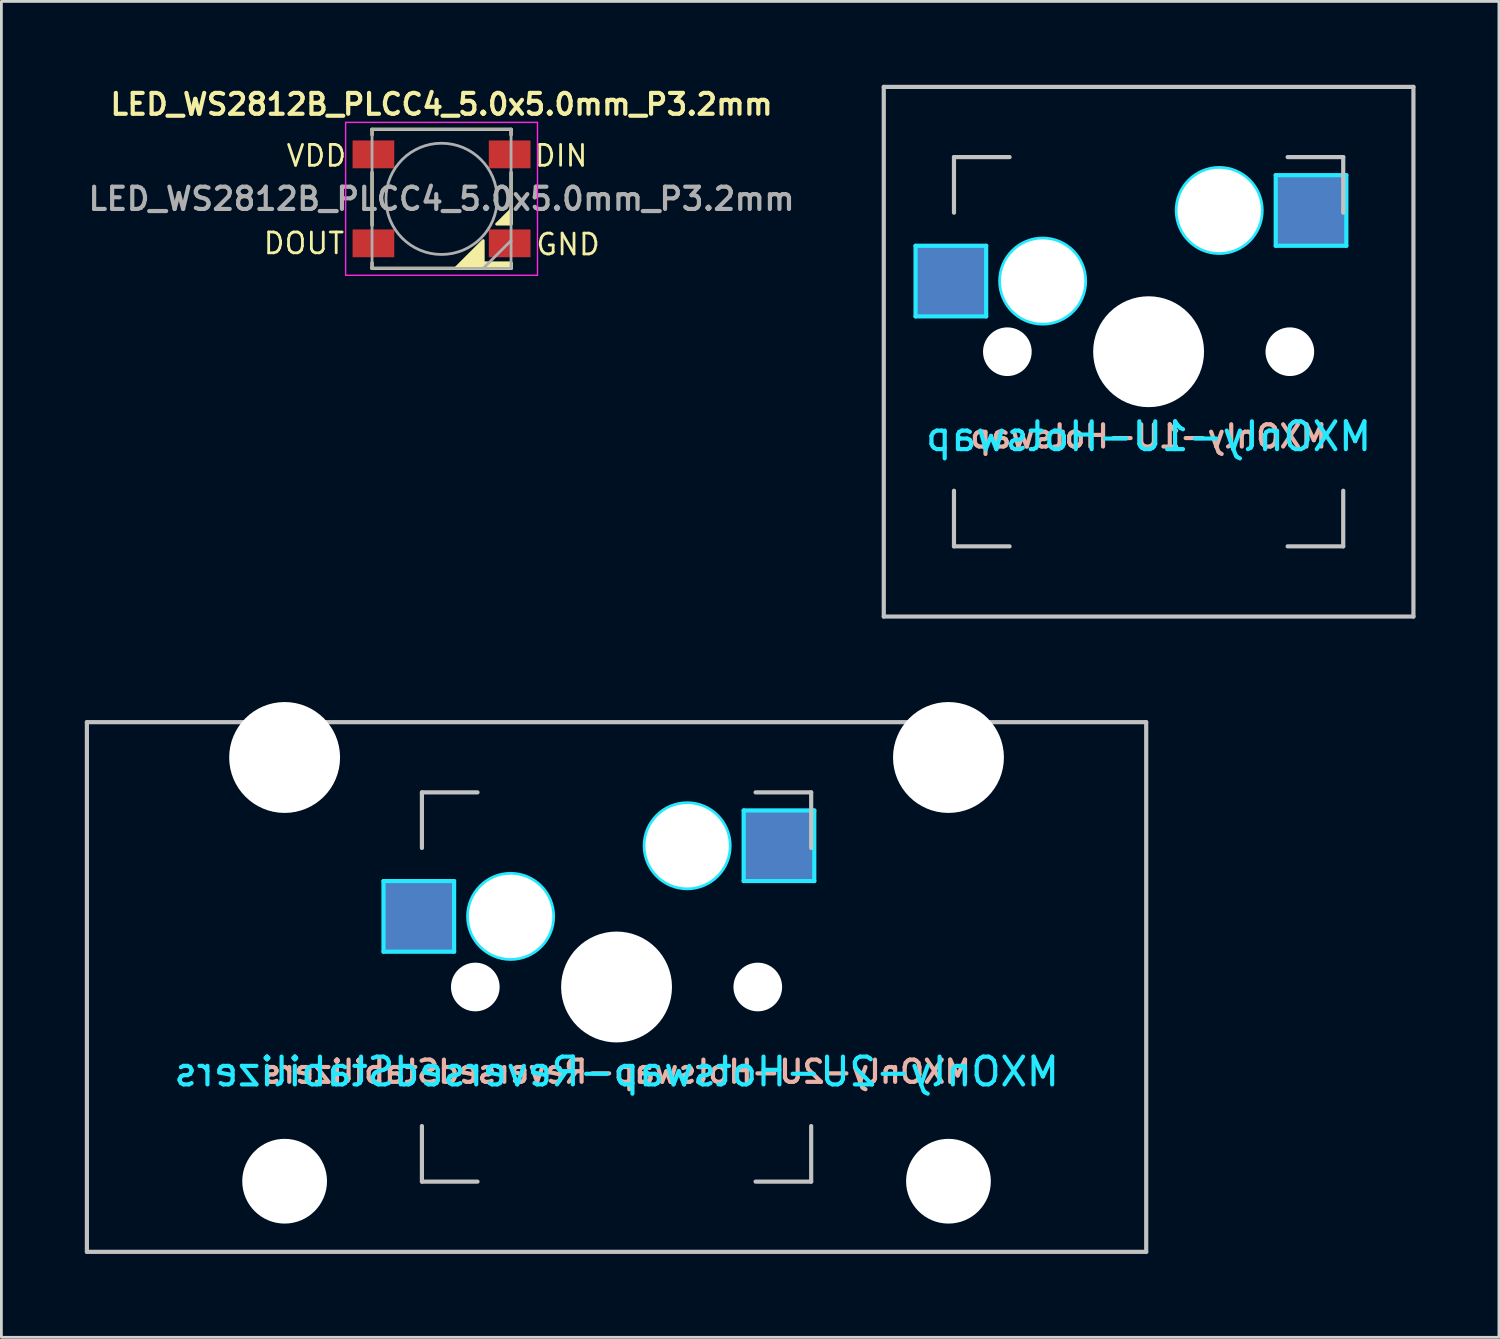
<source format=kicad_pcb>
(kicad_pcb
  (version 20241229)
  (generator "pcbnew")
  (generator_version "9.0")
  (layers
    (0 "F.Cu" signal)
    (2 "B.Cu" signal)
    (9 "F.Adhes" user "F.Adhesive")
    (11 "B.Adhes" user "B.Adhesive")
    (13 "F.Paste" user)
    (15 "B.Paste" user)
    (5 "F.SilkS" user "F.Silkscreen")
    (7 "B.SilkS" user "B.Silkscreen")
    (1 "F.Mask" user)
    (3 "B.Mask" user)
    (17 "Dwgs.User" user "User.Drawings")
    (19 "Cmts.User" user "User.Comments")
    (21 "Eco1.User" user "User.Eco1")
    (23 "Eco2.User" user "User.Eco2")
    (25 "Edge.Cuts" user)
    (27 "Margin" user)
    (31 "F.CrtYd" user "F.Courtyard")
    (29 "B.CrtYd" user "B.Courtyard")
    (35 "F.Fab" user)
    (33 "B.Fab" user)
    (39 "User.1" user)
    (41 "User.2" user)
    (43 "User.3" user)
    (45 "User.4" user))
  (footprint "MXOnly-2U-Hotswap-ReversedStabilizers"
    (layer "F.Cu")
    (at 19.125 32.449)
    (property "Reference" "MXOnly-2U-Hotswap-ReversedStabilizers" (at 0 3.048 0) (layer "B.CrtYd") (effects (font (size 1 1) (thickness 0.15)) (justify mirror)))
    (attr smd)
    (fp_line (start -19.05 -9.525) (end 19.05 -9.525) (stroke (width 0.15) (type solid)) (layer "Dwgs.User"))
    (fp_line (start -19.05 9.525) (end -19.05 -9.525) (stroke (width 0.15) (type solid)) (layer "Dwgs.User"))
    (fp_line (start -7 -7) (end -7 -5) (stroke (width 0.15) (type solid)) (layer "Dwgs.User"))
    (fp_line (start -7 5) (end -7 7) (stroke (width 0.15) (type solid)) (layer "Dwgs.User"))
    (fp_line (start -7 7) (end -5 7) (stroke (width 0.15) (type solid)) (layer "Dwgs.User"))
    (fp_line (start -5 -7) (end -7 -7) (stroke (width 0.15) (type solid)) (layer "Dwgs.User"))
    (fp_line (start 5 -7) (end 7 -7) (stroke (width 0.15) (type solid)) (layer "Dwgs.User"))
    (fp_line (start 5 7) (end 7 7) (stroke (width 0.15) (type solid)) (layer "Dwgs.User"))
    (fp_line (start 7 -7) (end 7 -5) (stroke (width 0.15) (type solid)) (layer "Dwgs.User"))
    (fp_line (start 7 7) (end 7 5) (stroke (width 0.15) (type solid)) (layer "Dwgs.User"))
    (fp_line (start 19.05 -9.525) (end 19.05 9.525) (stroke (width 0.15) (type solid)) (layer "Dwgs.User"))
    (fp_line (start 19.05 9.525) (end -19.05 9.525) (stroke (width 0.15) (type solid)) (layer "Dwgs.User"))
    (fp_line (start -8.382 -3.81) (end -5.842 -3.81) (stroke (width 0.15) (type solid)) (layer "B.CrtYd"))
    (fp_line (start -8.382 -1.27) (end -8.382 -3.81) (stroke (width 0.15) (type solid)) (layer "B.CrtYd"))
    (fp_line (start -5.842 -3.81) (end -5.842 -1.27) (stroke (width 0.15) (type solid)) (layer "B.CrtYd"))
    (fp_line (start -5.842 -1.27) (end -8.382 -1.27) (stroke (width 0.15) (type solid)) (layer "B.CrtYd"))
    (fp_line (start 4.572 -6.35) (end 7.112 -6.35) (stroke (width 0.15) (type solid)) (layer "B.CrtYd"))
    (fp_line (start 4.572 -3.81) (end 4.572 -6.35) (stroke (width 0.15) (type solid)) (layer "B.CrtYd"))
    (fp_line (start 7.112 -6.35) (end 7.112 -3.81) (stroke (width 0.15) (type solid)) (layer "B.CrtYd"))
    (fp_line (start 7.112 -3.81) (end 4.572 -3.81) (stroke (width 0.15) (type solid)) (layer "B.CrtYd"))
    (fp_circle (center -3.81 -2.54) (end -3.81 -4.064) (stroke (width 0.15) (type solid)) (fill no) (layer "B.CrtYd"))
    (fp_circle (center 2.54 -5.08) (end 2.54 -6.604) (stroke (width 0.15) (type solid)) (fill no) (layer "B.CrtYd"))
    (fp_text user "${REFERENCE}" (at 0 3.048 0) (layer "B.SilkS") (effects (font (size 0.8 0.8) (thickness 0.15)) (justify mirror)))
    (pad "" np_thru_hole circle (at -11.938 -8.255) (size 3.988 3.988) (drill 3.988) (layers "*.Cu" "*.Mask"))
    (pad "" np_thru_hole circle (at -11.938 6.985) (size 3.048 3.048) (drill 3.048) (layers "*.Cu" "*.Mask"))
    (pad "" np_thru_hole circle (at -5.08 0 48.1) (size 1.75 1.75) (drill 1.75) (layers "*.Cu" "*.Mask"))
    (pad "" np_thru_hole circle (at -3.81 -2.54) (size 3 3) (drill 3) (layers "*.Cu" "*.Mask"))
    (pad "" np_thru_hole circle (at 0 0) (size 3.988 3.988) (drill 3.988) (layers "*.Cu" "*.Mask"))
    (pad "" np_thru_hole circle (at 2.54 -5.08) (size 3 3) (drill 3) (layers "*.Cu" "*.Mask"))
    (pad "" np_thru_hole circle (at 5.08 0 48.1) (size 1.75 1.75) (drill 1.75) (layers "*.Cu" "*.Mask"))
    (pad "" np_thru_hole circle (at 11.938 -8.255) (size 3.988 3.988) (drill 3.988) (layers "*.Cu" "*.Mask"))
    (pad "" np_thru_hole circle (at 11.938 6.985) (size 3.048 3.048) (drill 3.048) (layers "*.Cu" "*.Mask"))
    (pad "1" smd rect (at -7.085 -2.54) (size 2.55 2.5) (layers "B.Cu" "B.Mask" "B.Paste"))
    (pad "2" smd rect (at 5.842 -5.08) (size 2.55 2.5) (layers "B.Cu" "B.Mask" "B.Paste")))
  (footprint "MXOnly-1U-Hotswap"
    (layer "F.Cu")
    (at 38.261 9.6)
    (property "Reference" "MXOnly-1U-Hotswap" (at 0 3.048 180) (layer "B.CrtYd") (effects (font (size 1 1) (thickness 0.15)) (justify mirror)))
    (attr smd)
    (fp_line (start -9.525 -9.525) (end 9.525 -9.525) (stroke (width 0.15) (type solid)) (layer "Dwgs.User"))
    (fp_line (start -9.525 9.525) (end -9.525 -9.525) (stroke (width 0.15) (type solid)) (layer "Dwgs.User"))
    (fp_line (start -7 -7) (end -7 -5) (stroke (width 0.15) (type solid)) (layer "Dwgs.User"))
    (fp_line (start -7 5) (end -7 7) (stroke (width 0.15) (type solid)) (layer "Dwgs.User"))
    (fp_line (start -7 7) (end -5 7) (stroke (width 0.15) (type solid)) (layer "Dwgs.User"))
    (fp_line (start -5 -7) (end -7 -7) (stroke (width 0.15) (type solid)) (layer "Dwgs.User"))
    (fp_line (start 5 -7) (end 7 -7) (stroke (width 0.15) (type solid)) (layer "Dwgs.User"))
    (fp_line (start 5 7) (end 7 7) (stroke (width 0.15) (type solid)) (layer "Dwgs.User"))
    (fp_line (start 7 -7) (end 7 -5) (stroke (width 0.15) (type solid)) (layer "Dwgs.User"))
    (fp_line (start 7 7) (end 7 5) (stroke (width 0.15) (type solid)) (layer "Dwgs.User"))
    (fp_line (start 9.525 -9.525) (end 9.525 9.525) (stroke (width 0.15) (type solid)) (layer "Dwgs.User"))
    (fp_line (start 9.525 9.525) (end -9.525 9.525) (stroke (width 0.15) (type solid)) (layer "Dwgs.User"))
    (fp_line (start -8.382 -3.81) (end -8.382 -1.27) (stroke (width 0.15) (type solid)) (layer "B.CrtYd"))
    (fp_line (start -8.382 -1.27) (end -5.842 -1.27) (stroke (width 0.15) (type solid)) (layer "B.CrtYd"))
    (fp_line (start -5.842 -3.81) (end -8.382 -3.81) (stroke (width 0.15) (type solid)) (layer "B.CrtYd"))
    (fp_line (start -5.842 -1.27) (end -5.842 -3.81) (stroke (width 0.15) (type solid)) (layer "B.CrtYd"))
    (fp_line (start 4.572 -6.35) (end 7.112 -6.35) (stroke (width 0.15) (type solid)) (layer "B.CrtYd"))
    (fp_line (start 4.572 -3.81) (end 4.572 -6.35) (stroke (width 0.15) (type solid)) (layer "B.CrtYd"))
    (fp_line (start 7.112 -6.35) (end 7.112 -3.81) (stroke (width 0.15) (type solid)) (layer "B.CrtYd"))
    (fp_line (start 7.112 -3.81) (end 4.572 -3.81) (stroke (width 0.15) (type solid)) (layer "B.CrtYd"))
    (fp_circle (center -3.81 -2.54) (end -3.81 -4.064) (stroke (width 0.15) (type solid)) (fill no) (layer "B.CrtYd"))
    (fp_circle (center 2.54 -5.08) (end 2.54 -6.604) (stroke (width 0.15) (type solid)) (fill no) (layer "B.CrtYd"))
    (fp_text user "${REFERENCE}" (at 0 3.048 180) (layer "B.SilkS") (effects (font (size 0.8 0.8) (thickness 0.15)) (justify mirror)))
    (pad "" np_thru_hole circle (at -5.08 0 48.1) (size 1.75 1.75) (drill 1.75) (layers "*.Cu" "*.Mask"))
    (pad "" np_thru_hole circle (at -3.81 -2.54) (size 3 3) (drill 3) (layers "*.Cu" "*.Mask"))
    (pad "" np_thru_hole circle (at 0 0) (size 3.988 3.988) (drill 3.988) (layers "*.Cu" "*.Mask"))
    (pad "" np_thru_hole circle (at 2.54 -5.08) (size 3 3) (drill 3) (layers "*.Cu" "*.Mask"))
    (pad "" np_thru_hole circle (at 5.08 0 48.1) (size 1.75 1.75) (drill 1.75) (layers "*.Cu" "*.Mask"))
    (pad "1" smd rect (at -7.085 -2.54) (size 2.55 2.5) (layers "B.Cu" "B.Mask" "B.Paste"))
    (pad "2" smd rect (at 5.842 -5.08) (size 2.55 2.5) (layers "B.Cu" "B.Mask" "B.Paste")))
  (footprint "LED_WS2812B_PLCC4_5.0x5.0mm_P3.2mm"
    (layer "F.Cu")
    (at 12.831 4.102)
    (property "Reference" "LED_WS2812B_PLCC4_5.0x5.0mm_P3.2mm" (at 0 -3.4 180) (layer "F.SilkS") (effects (font (size 0.75 0.75) (thickness 0.15))))
    (attr smd)
    (fp_line (start -2.5 -2.5) (end -2.5 -2.3) (stroke (width 0.12) (type solid)) (layer "F.SilkS"))
    (fp_line (start -2.5 -2.5) (end 2.5 -2.5) (stroke (width 0.12) (type solid)) (layer "F.SilkS"))
    (fp_line (start -2.5 -0.95) (end -2.5 0.95) (stroke (width 0.12) (type solid)) (layer "F.SilkS"))
    (fp_line (start -2.5 2.5) (end -2.5 2.3) (stroke (width 0.12) (type solid)) (layer "F.SilkS"))
    (fp_line (start 2.5 -2.5) (end 2.5 -2.3) (stroke (width 0.12) (type solid)) (layer "F.SilkS"))
    (fp_line (start 2.5 0.9) (end 2.5 -0.95) (stroke (width 0.12) (type solid)) (layer "F.SilkS"))
    (fp_line (start 2.5 2.5) (end -2.5 2.5) (stroke (width 0.12) (type solid)) (layer "F.SilkS"))
    (fp_line (start 2.5 2.5) (end 2.5 2.31) (stroke (width 0.12) (type solid)) (layer "F.SilkS"))
    (fp_poly (pts (xy 1.98 0.91) (xy 2.5 0.39) (xy 2.5 0.91)) (stroke (width 0.1) (type solid)) (fill yes) (layer "F.SilkS"))
    (fp_poly (pts (xy 2.5 2.3) (xy 1.5 2.3) (xy 1.5 1.5) (xy 0.5 2.5) (xy 2.5 2.5)) (stroke (width 0.1) (type solid)) (fill yes) (layer "F.SilkS"))
    (fp_line (start -3.45 -2.75) (end -3.45 2.75) (stroke (width 0.05) (type solid)) (layer "F.CrtYd"))
    (fp_line (start -3.45 2.75) (end 3.45 2.75) (stroke (width 0.05) (type solid)) (layer "F.CrtYd"))
    (fp_line (start 3.45 -2.75) (end -3.45 -2.75) (stroke (width 0.05) (type solid)) (layer "F.CrtYd"))
    (fp_line (start 3.45 2.75) (end 3.45 -2.75) (stroke (width 0.05) (type solid)) (layer "F.CrtYd"))
    (fp_line (start -2.5 -2.5) (end -2.5 2.5) (stroke (width 0.1) (type solid)) (layer "F.Fab"))
    (fp_line (start -2.5 2.5) (end 2.5 2.5) (stroke (width 0.1) (type solid)) (layer "F.Fab"))
    (fp_line (start 2.5 -2.5) (end -2.5 -2.5) (stroke (width 0.1) (type solid)) (layer "F.Fab"))
    (fp_line (start 2.5 1.5) (end 1.5 2.5) (stroke (width 0.1) (type solid)) (layer "F.Fab"))
    (fp_line (start 2.5 2.5) (end 2.5 -2.5) (stroke (width 0.1) (type solid)) (layer "F.Fab"))
    (fp_circle (center 0 0) (end 0 -2) (stroke (width 0.1) (type solid)) (fill no) (layer "F.Fab"))
    (fp_text user "GND" (at 4.55 1.64 180) (layer "F.SilkS") (effects (font (size 0.75 0.75) (thickness 0.1))))
    (fp_text user "VDD" (at -4.5 -1.55 180) (layer "F.SilkS") (effects (font (size 0.75 0.75) (thickness 0.1))))
    (fp_text user "DOUT" (at -4.95 1.6 180) (layer "F.SilkS") (effects (font (size 0.75 0.75) (thickness 0.1))))
    (fp_text user "DIN" (at 4.3 -1.55 180) (layer "F.SilkS") (effects (font (size 0.75 0.75) (thickness 0.1))))
    (fp_text user "${REFERENCE}" (at 0 0 180) (layer "F.Fab") (effects (font (size 0.8 0.8) (thickness 0.15))))
    (pad "1" smd rect (at -2.45 -1.6) (size 1.5 1) (layers "F.Cu" "F.Mask" "F.Paste"))
    (pad "2" smd rect (at -2.45 1.6) (size 1.5 1) (layers "F.Cu" "F.Mask" "F.Paste"))
    (pad "3" smd rect (at 2.45 1.6) (size 1.5 1) (layers "F.Cu" "F.Mask" "F.Paste"))
    (pad "4" smd rect (at 2.45 -1.6) (size 1.5 1) (layers "F.Cu" "F.Mask" "F.Paste")))
  (gr_rect
    (start -3 -3)
    (end 50.861 45.049)
    (stroke (width 0.1) (type default))
    (fill no)
    (layer "Edge.Cuts")))
</source>
